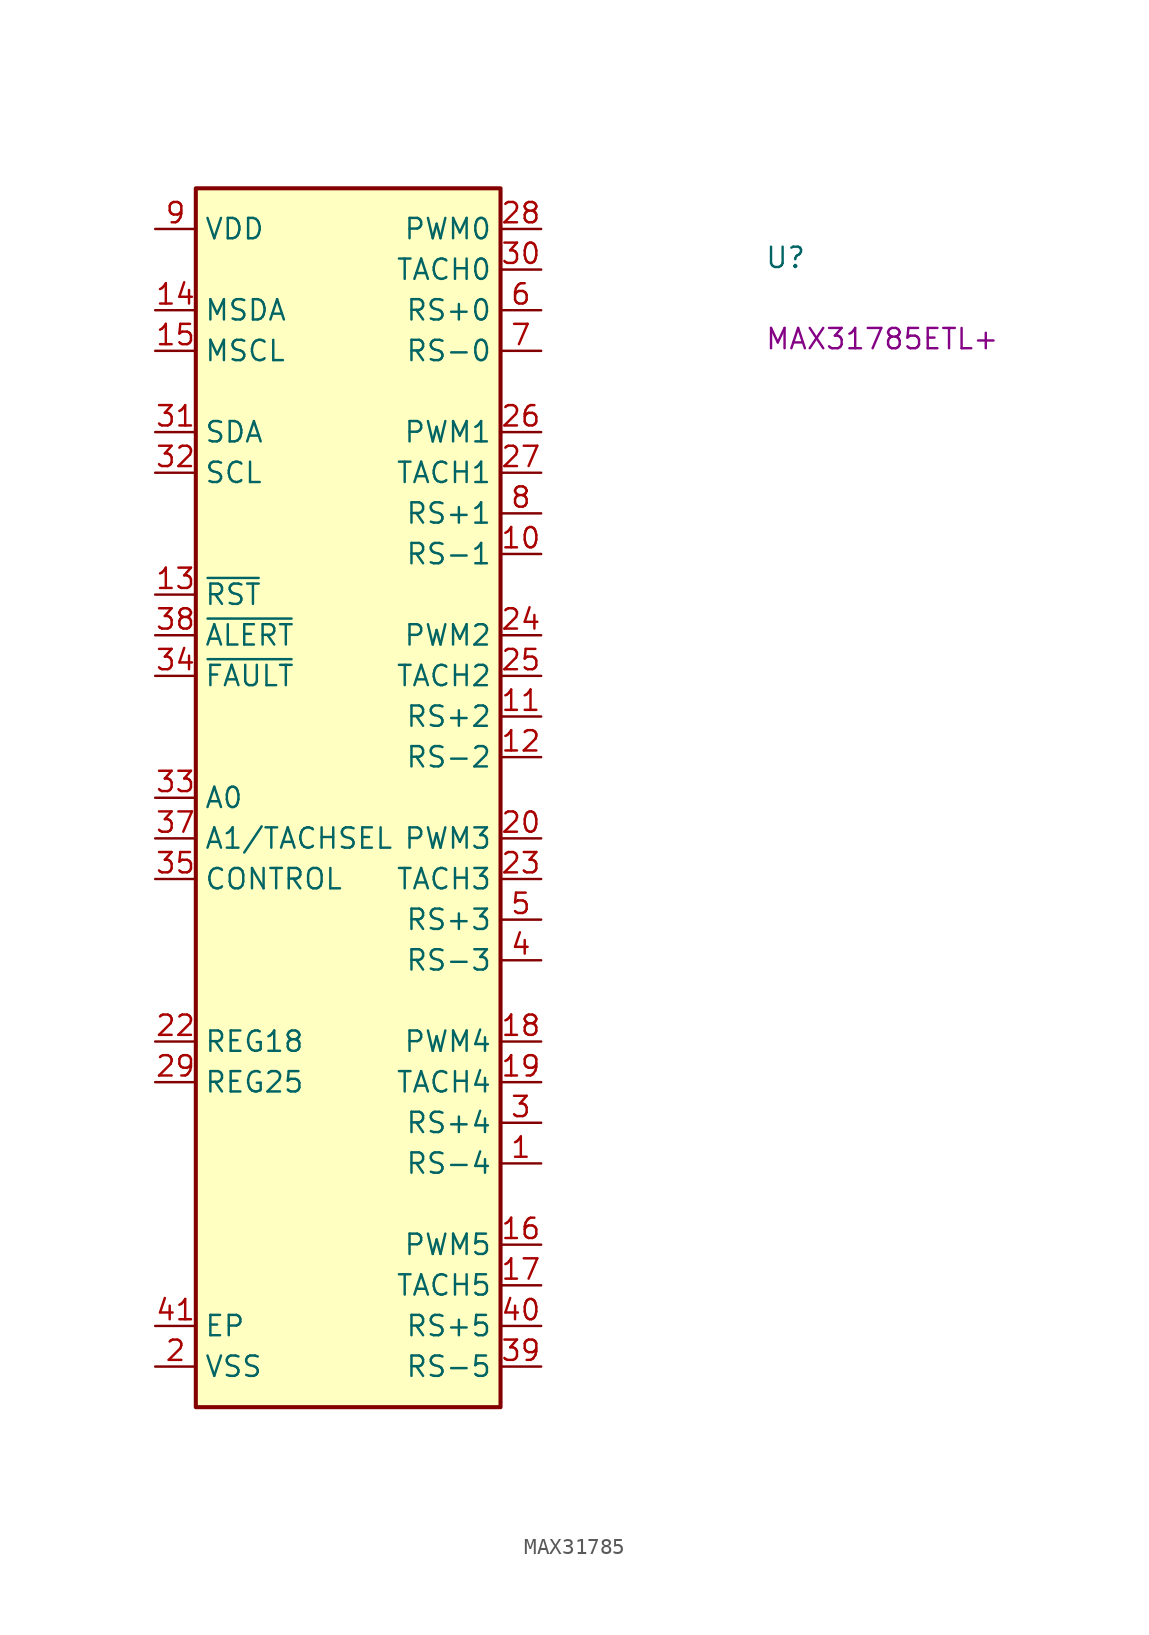
<source format=kicad_sym>
(kicad_symbol_lib
  (version 20220914)
  (generator kicad_symbol_editor)
  (symbol "MAX31785"
    (property "Reference" "U"
      (at 38.1 -2.54 0)
      (effects (font (size 1.27 1.27) (thickness 0.15)) (justify left bottom)))
    (property "MPN" "MAX31785ETL+"
      (at 38.1 -7.62 0)
      (effects (font (size 1.27 1.27) (thickness 0.15)) (justify left bottom)))
    (symbol "MAX31785_1_1"
      (rectangle (start 2.54 2.54) (end 21.59 -73.66) (stroke (width 0.254) (type default)) (fill (type background)))
      (pin input line (at 24.13 -58.42 180) (length 2.54) (name "RS-4" (effects (font (size 1.27 1.27)))) (number "1" (effects (font (size 1.27 1.27)))))
      (pin input line (at 24.13 -20.32 180) (length 2.54) (name "RS-1" (effects (font (size 1.27 1.27)))) (number "10" (effects (font (size 1.27 1.27)))))
      (pin input line (at 24.13 -30.48 180) (length 2.54) (name "RS+2" (effects (font (size 1.27 1.27)))) (number "11" (effects (font (size 1.27 1.27)))))
      (pin input line (at 24.13 -33.02 180) (length 2.54) (name "RS-2" (effects (font (size 1.27 1.27)))) (number "12" (effects (font (size 1.27 1.27)))))
      (pin input line (at 0 -22.86 0) (length 2.54) (name "~{RST}" (effects (font (size 1.27 1.27)))) (number "13" (effects (font (size 1.27 1.27)))))
      (pin bidirectional line (at 0 -5.08 0) (length 2.54) (name "MSDA" (effects (font (size 1.27 1.27)))) (number "14" (effects (font (size 1.27 1.27)))))
      (pin bidirectional line (at 0 -7.62 0) (length 2.54) (name "MSCL" (effects (font (size 1.27 1.27)))) (number "15" (effects (font (size 1.27 1.27)))))
      (pin output line (at 24.13 -63.5 180) (length 2.54) (name "PWM5" (effects (font (size 1.27 1.27)))) (number "16" (effects (font (size 1.27 1.27)))))
      (pin input line (at 24.13 -66.04 180) (length 2.54) (name "TACH5" (effects (font (size 1.27 1.27)))) (number "17" (effects (font (size 1.27 1.27)))))
      (pin output line (at 24.13 -50.8 180) (length 2.54) (name "PWM4" (effects (font (size 1.27 1.27)))) (number "18" (effects (font (size 1.27 1.27)))))
      (pin input line (at 24.13 -53.34 180) (length 2.54) (name "TACH4" (effects (font (size 1.27 1.27)))) (number "19" (effects (font (size 1.27 1.27)))))
      (pin power_in line (at 0 -71.12 0) (length 2.54) (name "VSS" (effects (font (size 1.27 1.27)))) (number "2" (effects (font (size 1.27 1.27)))))
      (pin output line (at 24.13 -38.1 180) (length 2.54) (name "PWM3" (effects (font (size 1.27 1.27)))) (number "20" (effects (font (size 1.27 1.27)))))
      (pin passive line (at 0 -71.12 0) (length 2.54) hide (name "VSS" (effects (font (size 1.27 1.27)))) (number "21" (effects (font (size 1.27 1.27)))))
      (pin power_out line (at 0 -50.8 0) (length 2.54) (name "REG18" (effects (font (size 1.27 1.27)))) (number "22" (effects (font (size 1.27 1.27)))))
      (pin input line (at 24.13 -40.64 180) (length 2.54) (name "TACH3" (effects (font (size 1.27 1.27)))) (number "23" (effects (font (size 1.27 1.27)))))
      (pin output line (at 24.13 -25.4 180) (length 2.54) (name "PWM2" (effects (font (size 1.27 1.27)))) (number "24" (effects (font (size 1.27 1.27)))))
      (pin input line (at 24.13 -27.94 180) (length 2.54) (name "TACH2" (effects (font (size 1.27 1.27)))) (number "25" (effects (font (size 1.27 1.27)))))
      (pin output line (at 24.13 -12.7 180) (length 2.54) (name "PWM1" (effects (font (size 1.27 1.27)))) (number "26" (effects (font (size 1.27 1.27)))))
      (pin input line (at 24.13 -15.24 180) (length 2.54) (name "TACH1" (effects (font (size 1.27 1.27)))) (number "27" (effects (font (size 1.27 1.27)))))
      (pin output line (at 24.13 0 180) (length 2.54) (name "PWM0" (effects (font (size 1.27 1.27)))) (number "28" (effects (font (size 1.27 1.27)))))
      (pin power_out line (at 0 -53.34 0) (length 2.54) (name "REG25" (effects (font (size 1.27 1.27)))) (number "29" (effects (font (size 1.27 1.27)))))
      (pin input line (at 24.13 -55.88 180) (length 2.54) (name "RS+4" (effects (font (size 1.27 1.27)))) (number "3" (effects (font (size 1.27 1.27)))))
      (pin input line (at 24.13 -2.54 180) (length 2.54) (name "TACH0" (effects (font (size 1.27 1.27)))) (number "30" (effects (font (size 1.27 1.27)))))
      (pin bidirectional line (at 0 -12.7 0) (length 2.54) (name "SDA" (effects (font (size 1.27 1.27)))) (number "31" (effects (font (size 1.27 1.27)))))
      (pin input line (at 0 -15.24 0) (length 2.54) (name "SCL" (effects (font (size 1.27 1.27)))) (number "32" (effects (font (size 1.27 1.27)))))
      (pin input line (at 0 -35.56 0) (length 2.54) (name "A0" (effects (font (size 1.27 1.27)))) (number "33" (effects (font (size 1.27 1.27)))))
      (pin bidirectional line (at 0 -27.94 0) (length 2.54) (name "~{FAULT}" (effects (font (size 1.27 1.27)))) (number "34" (effects (font (size 1.27 1.27)))))
      (pin input line (at 0 -40.64 0) (length 2.54) (name "CONTROL" (effects (font (size 1.27 1.27)))) (number "35" (effects (font (size 1.27 1.27)))))
      (pin passive line (at 0 -71.12 0) (length 2.54) hide (name "VSS" (effects (font (size 1.27 1.27)))) (number "36" (effects (font (size 1.27 1.27)))))
      (pin bidirectional line (at 0 -38.1 0) (length 2.54) (name "A1/TACHSEL" (effects (font (size 1.27 1.27)))) (number "37" (effects (font (size 1.27 1.27)))) (alternate "TACHSEL" passive line))
      (pin output line (at 0 -25.4 0) (length 2.54) (name "~{ALERT}" (effects (font (size 1.27 1.27)))) (number "38" (effects (font (size 1.27 1.27)))))
      (pin input line (at 24.13 -71.12 180) (length 2.54) (name "RS-5" (effects (font (size 1.27 1.27)))) (number "39" (effects (font (size 1.27 1.27)))))
      (pin input line (at 24.13 -45.72 180) (length 2.54) (name "RS-3" (effects (font (size 1.27 1.27)))) (number "4" (effects (font (size 1.27 1.27)))))
      (pin input line (at 24.13 -68.58 180) (length 2.54) (name "RS+5" (effects (font (size 1.27 1.27)))) (number "40" (effects (font (size 1.27 1.27)))))
      (pin passive line (at 0 -68.58 0) (length 2.54) (name "EP" (effects (font (size 1.27 1.27)))) (number "41" (effects (font (size 1.27 1.27)))))
      (pin input line (at 24.13 -43.18 180) (length 2.54) (name "RS+3" (effects (font (size 1.27 1.27)))) (number "5" (effects (font (size 1.27 1.27)))))
      (pin input line (at 24.13 -5.08 180) (length 2.54) (name "RS+0" (effects (font (size 1.27 1.27)))) (number "6" (effects (font (size 1.27 1.27)))))
      (pin input line (at 24.13 -7.62 180) (length 2.54) (name "RS-0" (effects (font (size 1.27 1.27)))) (number "7" (effects (font (size 1.27 1.27)))))
      (pin input line (at 24.13 -17.78 180) (length 2.54) (name "RS+1" (effects (font (size 1.27 1.27)))) (number "8" (effects (font (size 1.27 1.27)))))
      (pin power_in line (at 0 0 0) (length 2.54) (name "VDD" (effects (font (size 1.27 1.27)))) (number "9" (effects (font (size 1.27 1.27))))))))
</source>
